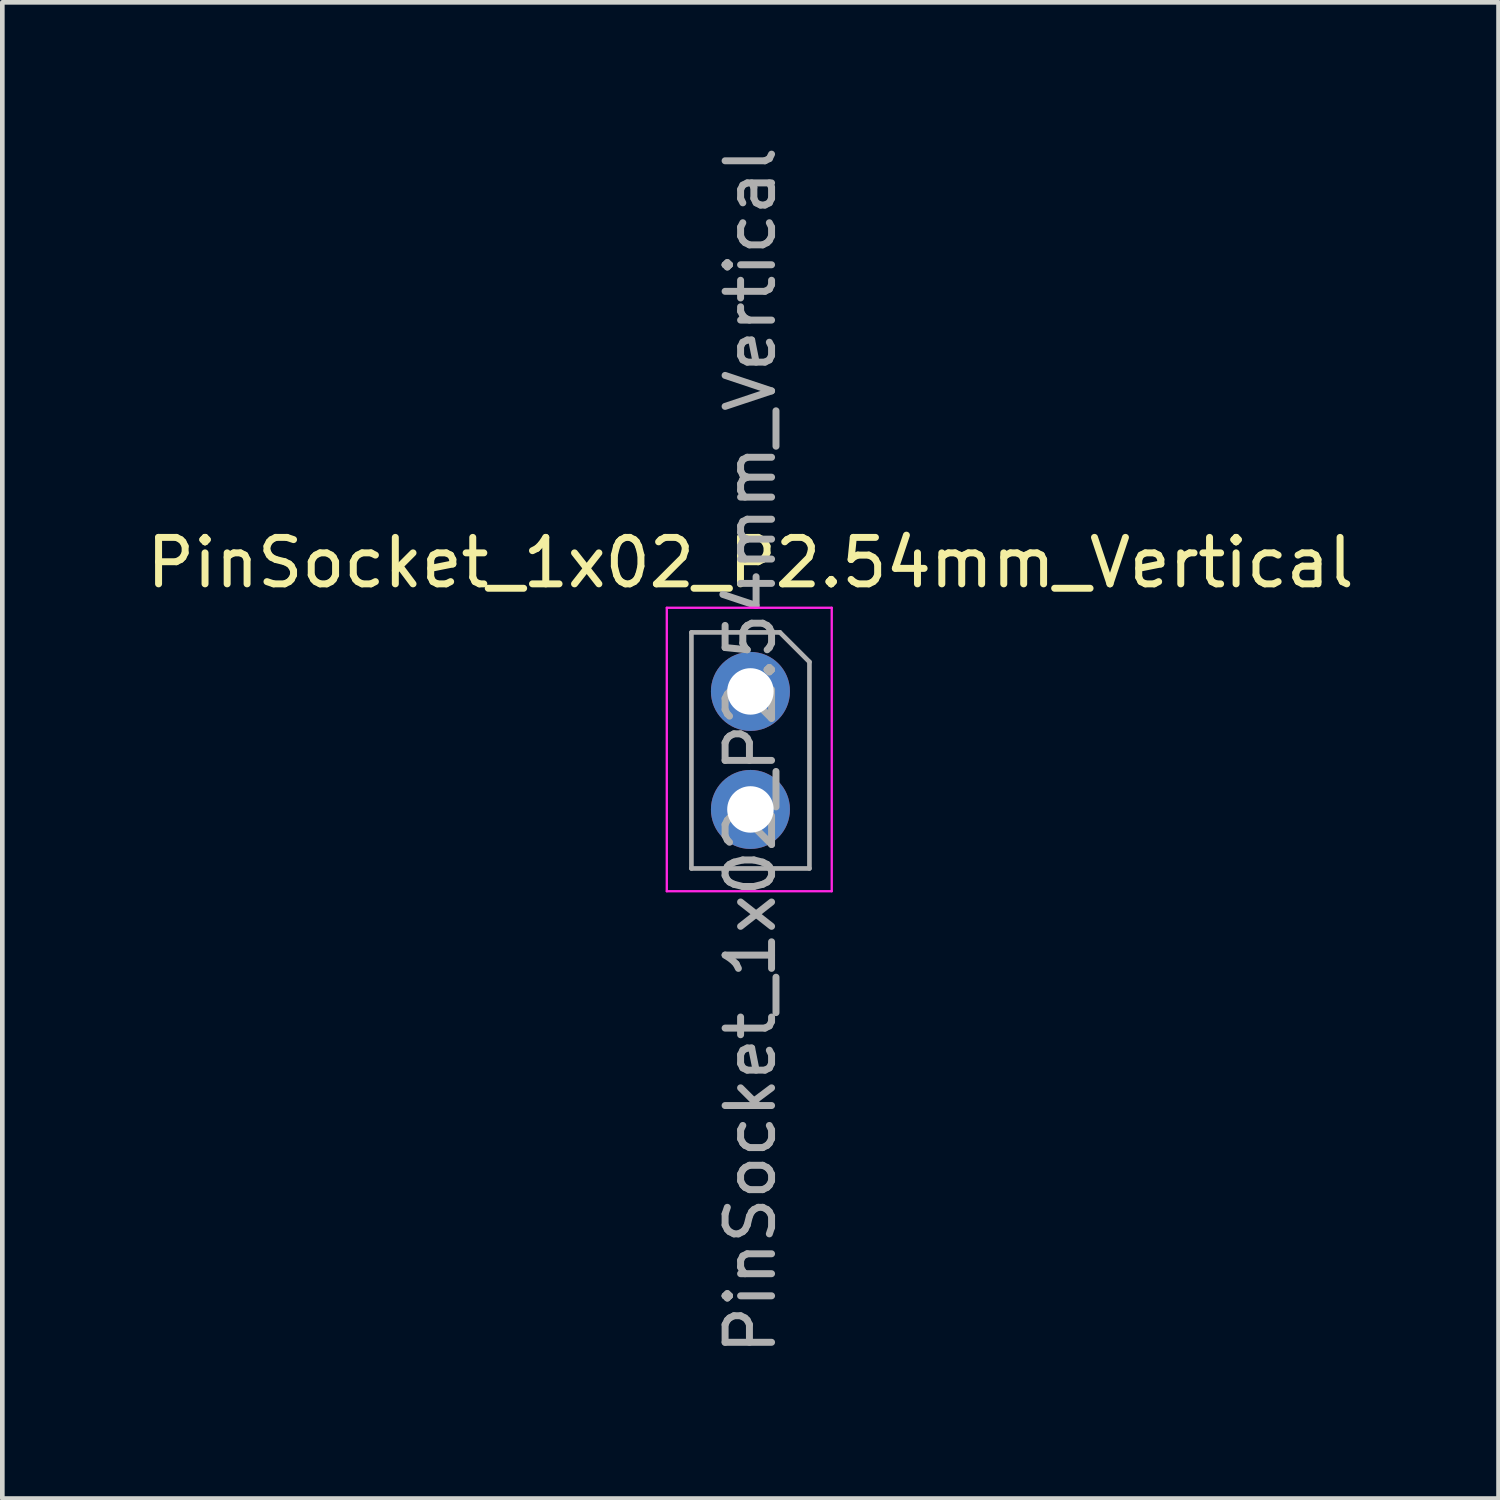
<source format=kicad_pcb>
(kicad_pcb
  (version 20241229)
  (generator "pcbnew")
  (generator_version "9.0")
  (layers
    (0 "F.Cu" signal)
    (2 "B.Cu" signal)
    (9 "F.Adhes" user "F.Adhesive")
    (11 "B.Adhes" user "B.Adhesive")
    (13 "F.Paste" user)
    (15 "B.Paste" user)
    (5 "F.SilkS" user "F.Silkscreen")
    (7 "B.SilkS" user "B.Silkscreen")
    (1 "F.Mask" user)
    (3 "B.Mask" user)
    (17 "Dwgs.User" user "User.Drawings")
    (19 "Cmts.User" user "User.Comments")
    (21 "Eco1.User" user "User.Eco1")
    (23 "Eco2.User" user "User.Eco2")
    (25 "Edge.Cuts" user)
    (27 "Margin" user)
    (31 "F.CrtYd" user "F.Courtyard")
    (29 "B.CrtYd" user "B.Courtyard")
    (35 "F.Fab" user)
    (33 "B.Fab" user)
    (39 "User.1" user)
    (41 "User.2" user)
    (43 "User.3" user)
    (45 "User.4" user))
  (footprint "PinSocket_1x02_P2.54mm_Vertical"
    (layer "F.Cu")
    (at 13.101 11.831)
    (property "Reference" "PinSocket_1x02_P2.54mm_Vertical" (at 0 -2.77 0) (layer "F.SilkS") (effects (font (size 1 1) (thickness 0.15))))
    (attr through_hole)
    (fp_line (start -1.8 -1.8) (end 1.75 -1.8) (stroke (width 0.05) (type solid)) (layer "F.CrtYd"))
    (fp_line (start -1.8 4.3) (end -1.8 -1.8) (stroke (width 0.05) (type solid)) (layer "F.CrtYd"))
    (fp_line (start 1.75 -1.8) (end 1.75 4.3) (stroke (width 0.05) (type solid)) (layer "F.CrtYd"))
    (fp_line (start 1.75 4.3) (end -1.8 4.3) (stroke (width 0.05) (type solid)) (layer "F.CrtYd"))
    (fp_line (start -1.27 -1.27) (end 0.635 -1.27) (stroke (width 0.1) (type solid)) (layer "F.Fab"))
    (fp_line (start -1.27 3.81) (end -1.27 -1.27) (stroke (width 0.1) (type solid)) (layer "F.Fab"))
    (fp_line (start 0.635 -1.27) (end 1.27 -0.635) (stroke (width 0.1) (type solid)) (layer "F.Fab"))
    (fp_line (start 1.27 -0.635) (end 1.27 3.81) (stroke (width 0.1) (type solid)) (layer "F.Fab"))
    (fp_line (start 1.27 3.81) (end -1.27 3.81) (stroke (width 0.1) (type solid)) (layer "F.Fab"))
    (fp_text user "${REFERENCE}" (at 0 1.27 90) (layer "F.Fab") (effects (font (size 1 1) (thickness 0.15))))
    (pad "1" thru_hole circle (at 0 0) (size 1.7 1.7) (drill 1) (layers "*.Cu" "*.Mask"))
    (pad "2" thru_hole oval (at 0 2.54) (size 1.7 1.7) (drill 1) (layers "*.Cu" "*.Mask")))
  (gr_rect
    (start -3 -3)
    (end 29.202 29.202)
    (stroke (width 0.1) (type default))
    (fill no)
    (layer "Edge.Cuts")))
</source>
